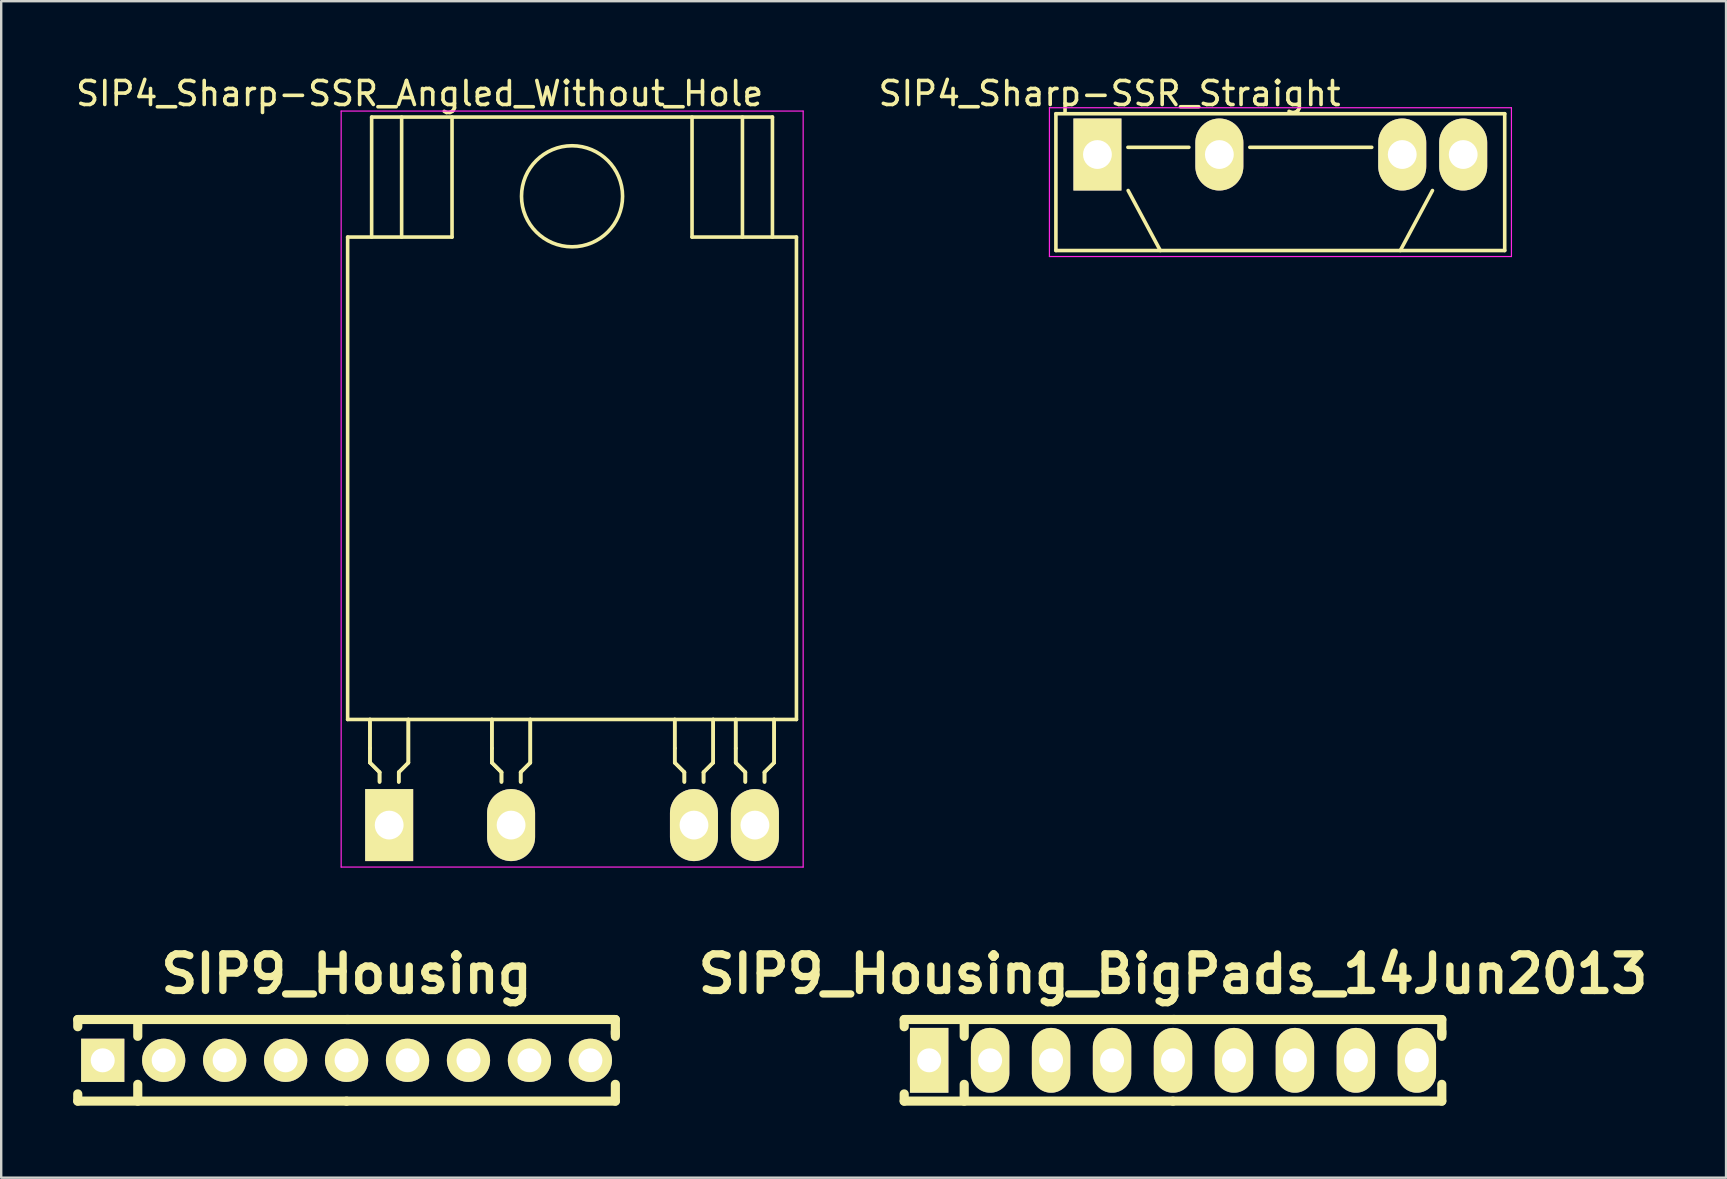
<source format=kicad_pcb>
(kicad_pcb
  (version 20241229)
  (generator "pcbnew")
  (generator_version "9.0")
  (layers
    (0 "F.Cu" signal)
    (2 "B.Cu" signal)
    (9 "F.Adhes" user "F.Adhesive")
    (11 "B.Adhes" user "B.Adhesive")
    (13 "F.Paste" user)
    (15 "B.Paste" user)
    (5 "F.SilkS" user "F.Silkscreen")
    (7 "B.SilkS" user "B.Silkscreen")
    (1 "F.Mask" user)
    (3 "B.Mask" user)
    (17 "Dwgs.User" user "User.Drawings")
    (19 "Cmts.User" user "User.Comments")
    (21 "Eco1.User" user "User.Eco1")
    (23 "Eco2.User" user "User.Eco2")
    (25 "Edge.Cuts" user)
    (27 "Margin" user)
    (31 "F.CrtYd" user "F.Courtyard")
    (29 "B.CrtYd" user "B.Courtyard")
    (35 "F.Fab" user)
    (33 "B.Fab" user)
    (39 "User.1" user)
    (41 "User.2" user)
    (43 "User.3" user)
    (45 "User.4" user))
  (footprint "SIP4_Sharp-SSR_Angled_Without_Hole"
    (layer "F.Cu")
    (at 13.165 31.328)
    (property "Reference" "SIP4_Sharp-SSR_Angled_Without_Hole" (at 1.27 -30.48 0) (layer "F.SilkS") (effects (font (size 1 1) (thickness 0.15))))
    (attr through_hole)
    (fp_line (start -1.73 -24.5) (end 2.62 -24.5) (stroke (width 0.15) (type solid)) (layer "F.SilkS"))
    (fp_line (start -1.73 -4.4) (end -1.73 -24.5) (stroke (width 0.15) (type solid)) (layer "F.SilkS"))
    (fp_line (start -0.8 -3.2) (end -0.8 -4.4) (stroke (width 0.15) (type solid)) (layer "F.SilkS"))
    (fp_line (start -0.8 -3.2) (end -0.8 -4.4) (stroke (width 0.15) (type solid)) (layer "F.SilkS"))
    (fp_line (start -0.8 -2.6) (end -0.8 -3.2) (stroke (width 0.15) (type solid)) (layer "F.SilkS"))
    (fp_line (start -0.8 -2.6) (end -0.8 -3.2) (stroke (width 0.15) (type solid)) (layer "F.SilkS"))
    (fp_line (start -0.73 -29.5) (end 15.97 -29.5) (stroke (width 0.15) (type solid)) (layer "F.SilkS"))
    (fp_line (start -0.73 -24.5) (end -0.73 -29.5) (stroke (width 0.15) (type solid)) (layer "F.SilkS"))
    (fp_line (start -0.4 -2.2) (end -0.8 -2.6) (stroke (width 0.15) (type solid)) (layer "F.SilkS"))
    (fp_line (start -0.4 -2.2) (end -0.8 -2.6) (stroke (width 0.15) (type solid)) (layer "F.SilkS"))
    (fp_line (start -0.4 -2.2) (end -0.4 -1.8) (stroke (width 0.15) (type solid)) (layer "F.SilkS"))
    (fp_line (start -0.4 -2.2) (end -0.4 -1.8) (stroke (width 0.15) (type solid)) (layer "F.SilkS"))
    (fp_line (start 0.4 -2.2) (end 0.8 -2.6) (stroke (width 0.15) (type solid)) (layer "F.SilkS"))
    (fp_line (start 0.4 -2.2) (end 0.8 -2.6) (stroke (width 0.15) (type solid)) (layer "F.SilkS"))
    (fp_line (start 0.4 -1.8) (end 0.4 -2.2) (stroke (width 0.15) (type solid)) (layer "F.SilkS"))
    (fp_line (start 0.4 -1.8) (end 0.4 -2.2) (stroke (width 0.15) (type solid)) (layer "F.SilkS"))
    (fp_line (start 0.52 -24.5) (end 0.52 -29.5) (stroke (width 0.15) (type solid)) (layer "F.SilkS"))
    (fp_line (start 0.8 -2.6) (end 0.8 -4.4) (stroke (width 0.15) (type solid)) (layer "F.SilkS"))
    (fp_line (start 0.8 -2.6) (end 0.8 -4.4) (stroke (width 0.15) (type solid)) (layer "F.SilkS"))
    (fp_line (start 2.62 -29.5) (end 2.62 -24.5) (stroke (width 0.15) (type solid)) (layer "F.SilkS"))
    (fp_line (start 4.28 -3.2) (end 4.28 -4.4) (stroke (width 0.15) (type solid)) (layer "F.SilkS"))
    (fp_line (start 4.28 -3.2) (end 4.28 -4.4) (stroke (width 0.15) (type solid)) (layer "F.SilkS"))
    (fp_line (start 4.28 -2.6) (end 4.28 -3.2) (stroke (width 0.15) (type solid)) (layer "F.SilkS"))
    (fp_line (start 4.28 -2.6) (end 4.28 -3.2) (stroke (width 0.15) (type solid)) (layer "F.SilkS"))
    (fp_line (start 4.68 -2.2) (end 4.28 -2.6) (stroke (width 0.15) (type solid)) (layer "F.SilkS"))
    (fp_line (start 4.68 -2.2) (end 4.28 -2.6) (stroke (width 0.15) (type solid)) (layer "F.SilkS"))
    (fp_line (start 4.68 -2.2) (end 4.68 -1.8) (stroke (width 0.15) (type solid)) (layer "F.SilkS"))
    (fp_line (start 4.68 -2.2) (end 4.68 -1.8) (stroke (width 0.15) (type solid)) (layer "F.SilkS"))
    (fp_line (start 5.48 -2.2) (end 5.88 -2.6) (stroke (width 0.15) (type solid)) (layer "F.SilkS"))
    (fp_line (start 5.48 -2.2) (end 5.88 -2.6) (stroke (width 0.15) (type solid)) (layer "F.SilkS"))
    (fp_line (start 5.48 -1.8) (end 5.48 -2.2) (stroke (width 0.15) (type solid)) (layer "F.SilkS"))
    (fp_line (start 5.48 -1.8) (end 5.48 -2.2) (stroke (width 0.15) (type solid)) (layer "F.SilkS"))
    (fp_line (start 5.88 -2.6) (end 5.88 -4.4) (stroke (width 0.15) (type solid)) (layer "F.SilkS"))
    (fp_line (start 5.88 -2.6) (end 5.88 -4.4) (stroke (width 0.15) (type solid)) (layer "F.SilkS"))
    (fp_line (start 11.9 -3.2) (end 11.9 -4.4) (stroke (width 0.15) (type solid)) (layer "F.SilkS"))
    (fp_line (start 11.9 -3.2) (end 11.9 -4.4) (stroke (width 0.15) (type solid)) (layer "F.SilkS"))
    (fp_line (start 11.9 -2.6) (end 11.9 -3.2) (stroke (width 0.15) (type solid)) (layer "F.SilkS"))
    (fp_line (start 11.9 -2.6) (end 11.9 -3.2) (stroke (width 0.15) (type solid)) (layer "F.SilkS"))
    (fp_line (start 12.3 -2.2) (end 11.9 -2.6) (stroke (width 0.15) (type solid)) (layer "F.SilkS"))
    (fp_line (start 12.3 -2.2) (end 11.9 -2.6) (stroke (width 0.15) (type solid)) (layer "F.SilkS"))
    (fp_line (start 12.3 -2.2) (end 12.3 -1.8) (stroke (width 0.15) (type solid)) (layer "F.SilkS"))
    (fp_line (start 12.3 -2.2) (end 12.3 -1.8) (stroke (width 0.15) (type solid)) (layer "F.SilkS"))
    (fp_line (start 12.62 -29.5) (end 12.62 -24.5) (stroke (width 0.15) (type solid)) (layer "F.SilkS"))
    (fp_line (start 12.62 -24.5) (end 16.97 -24.5) (stroke (width 0.15) (type solid)) (layer "F.SilkS"))
    (fp_line (start 13.1 -2.2) (end 13.5 -2.6) (stroke (width 0.15) (type solid)) (layer "F.SilkS"))
    (fp_line (start 13.1 -2.2) (end 13.5 -2.6) (stroke (width 0.15) (type solid)) (layer "F.SilkS"))
    (fp_line (start 13.1 -1.8) (end 13.1 -2.2) (stroke (width 0.15) (type solid)) (layer "F.SilkS"))
    (fp_line (start 13.1 -1.8) (end 13.1 -2.2) (stroke (width 0.15) (type solid)) (layer "F.SilkS"))
    (fp_line (start 13.5 -2.6) (end 13.5 -4.4) (stroke (width 0.15) (type solid)) (layer "F.SilkS"))
    (fp_line (start 13.5 -2.6) (end 13.5 -4.4) (stroke (width 0.15) (type solid)) (layer "F.SilkS"))
    (fp_line (start 14.44 -3.2) (end 14.44 -4.4) (stroke (width 0.15) (type solid)) (layer "F.SilkS"))
    (fp_line (start 14.44 -3.2) (end 14.44 -4.4) (stroke (width 0.15) (type solid)) (layer "F.SilkS"))
    (fp_line (start 14.44 -2.6) (end 14.44 -3.2) (stroke (width 0.15) (type solid)) (layer "F.SilkS"))
    (fp_line (start 14.44 -2.6) (end 14.44 -3.2) (stroke (width 0.15) (type solid)) (layer "F.SilkS"))
    (fp_line (start 14.72 -24.5) (end 14.72 -29.5) (stroke (width 0.15) (type solid)) (layer "F.SilkS"))
    (fp_line (start 14.84 -2.2) (end 14.44 -2.6) (stroke (width 0.15) (type solid)) (layer "F.SilkS"))
    (fp_line (start 14.84 -2.2) (end 14.44 -2.6) (stroke (width 0.15) (type solid)) (layer "F.SilkS"))
    (fp_line (start 14.84 -2.2) (end 14.84 -1.8) (stroke (width 0.15) (type solid)) (layer "F.SilkS"))
    (fp_line (start 14.84 -2.2) (end 14.84 -1.8) (stroke (width 0.15) (type solid)) (layer "F.SilkS"))
    (fp_line (start 15.64 -2.2) (end 16.04 -2.6) (stroke (width 0.15) (type solid)) (layer "F.SilkS"))
    (fp_line (start 15.64 -2.2) (end 16.04 -2.6) (stroke (width 0.15) (type solid)) (layer "F.SilkS"))
    (fp_line (start 15.64 -1.8) (end 15.64 -2.2) (stroke (width 0.15) (type solid)) (layer "F.SilkS"))
    (fp_line (start 15.64 -1.8) (end 15.64 -2.2) (stroke (width 0.15) (type solid)) (layer "F.SilkS"))
    (fp_line (start 15.97 -24.5) (end 15.97 -29.5) (stroke (width 0.15) (type solid)) (layer "F.SilkS"))
    (fp_line (start 16.04 -2.6) (end 16.04 -4.4) (stroke (width 0.15) (type solid)) (layer "F.SilkS"))
    (fp_line (start 16.04 -2.6) (end 16.04 -4.4) (stroke (width 0.15) (type solid)) (layer "F.SilkS"))
    (fp_line (start 16.97 -24.5) (end 16.97 -4.4) (stroke (width 0.15) (type solid)) (layer "F.SilkS"))
    (fp_line (start 16.97 -4.4) (end -1.73 -4.4) (stroke (width 0.15) (type solid)) (layer "F.SilkS"))
    (fp_circle (center 7.62 -26.2) (end 9.35 -27.4) (stroke (width 0.15) (type solid)) (fill no) (layer "F.SilkS"))
    (fp_line (start -2 -29.75) (end 17.25 -29.75) (stroke (width 0.05) (type solid)) (layer "F.CrtYd"))
    (fp_line (start -2 1.75) (end -2 -29.75) (stroke (width 0.05) (type solid)) (layer "F.CrtYd"))
    (fp_line (start 17.25 -29.75) (end 17.25 1.75) (stroke (width 0.05) (type solid)) (layer "F.CrtYd"))
    (fp_line (start 17.25 1.75) (end -2 1.75) (stroke (width 0.05) (type solid)) (layer "F.CrtYd"))
    (pad "1" thru_hole rect (at 0 0) (size 2 3) (drill 1.2) (layers "*.Cu" "*.Mask" "F.SilkS"))
    (pad "2" thru_hole oval (at 5.08 0) (size 2 3) (drill 1.2) (layers "*.Cu" "*.Mask" "F.SilkS"))
    (pad "3" thru_hole oval (at 12.7 0) (size 2 3) (drill 1.2) (layers "*.Cu" "*.Mask" "F.SilkS"))
    (pad "4" thru_hole oval (at 15.24 0) (size 2 3) (drill 1.2) (layers "*.Cu" "*.Mask" "F.SilkS")))
  (footprint "SIP9_Housing_BigPads_14Jun2013"
    (layer "F.Cu")
    (at 45.825 41.13)
    (property "Reference" "SIP9_Housing_BigPads_14Jun2013" (at 0 -3.6 0) (layer "F.SilkS") (effects (font (size 1.524 1.524) (thickness 0.305))))
    (attr through_hole)
    (fp_line (start -11.2 -1.7) (end -11.2 -1.4) (stroke (width 0.381) (type solid)) (layer "F.SilkS"))
    (fp_line (start -11.2 1.7) (end -11.2 1.4) (stroke (width 0.381) (type solid)) (layer "F.SilkS"))
    (fp_line (start -8.7 -1.7) (end -8.7 -1) (stroke (width 0.381) (type solid)) (layer "F.SilkS"))
    (fp_line (start -8.7 1.7) (end -8.7 1) (stroke (width 0.381) (type solid)) (layer "F.SilkS"))
    (fp_line (start 0 -1.7) (end 11.2 -1.7) (stroke (width 0.381) (type solid)) (layer "F.SilkS"))
    (fp_line (start 0 1.7) (end -11.2 1.7) (stroke (width 0.381) (type solid)) (layer "F.SilkS"))
    (fp_line (start 0 1.7) (end 11.2 1.7) (stroke (width 0.381) (type solid)) (layer "F.SilkS"))
    (fp_line (start 0.1 -1.7) (end -11.2 -1.7) (stroke (width 0.381) (type solid)) (layer "F.SilkS"))
    (fp_line (start 11.2 -1.7) (end 11.2 -1.1) (stroke (width 0.381) (type solid)) (layer "F.SilkS"))
    (fp_line (start 11.2 -1.2) (end 11.2 -1) (stroke (width 0.381) (type solid)) (layer "F.SilkS"))
    (fp_line (start 11.2 1.7) (end 11.2 1) (stroke (width 0.381) (type solid)) (layer "F.SilkS"))
    (pad "1" thru_hole rect (at -10.16 0 90) (size 2.7 1.6) (drill 1) (layers "*.Cu" "*.Mask" "F.SilkS"))
    (pad "2" thru_hole oval (at -7.62 0 90) (size 2.7 1.6) (drill 1) (layers "*.Cu" "*.Mask" "F.SilkS"))
    (pad "3" thru_hole oval (at -5.08 0 90) (size 2.7 1.6) (drill 1) (layers "*.Cu" "*.Mask" "F.SilkS"))
    (pad "4" thru_hole oval (at -2.54 0 90) (size 2.7 1.6) (drill 1) (layers "*.Cu" "*.Mask" "F.SilkS"))
    (pad "5" thru_hole oval (at 0 0 90) (size 2.7 1.6) (drill 1) (layers "*.Cu" "*.Mask" "F.SilkS"))
    (pad "6" thru_hole oval (at 2.54 0 90) (size 2.7 1.6) (drill 1) (layers "*.Cu" "*.Mask" "F.SilkS"))
    (pad "7" thru_hole oval (at 5.08 0 90) (size 2.7 1.6) (drill 1) (layers "*.Cu" "*.Mask" "F.SilkS"))
    (pad "8" thru_hole oval (at 7.62 0 90) (size 2.7 1.6) (drill 1) (layers "*.Cu" "*.Mask" "F.SilkS"))
    (pad "9" thru_hole oval (at 10.16 0 90) (size 2.7 1.6) (drill 1) (layers "*.Cu" "*.Mask" "F.SilkS")))
  (footprint "SIP9_Housing"
    (layer "F.Cu")
    (at 11.39 41.13)
    (property "Reference" "SIP9_Housing" (at 0 -3.6 0) (layer "F.SilkS") (effects (font (size 1.524 1.524) (thickness 0.305))))
    (attr through_hole)
    (fp_line (start -11.2 -1.7) (end -11.2 -1.4) (stroke (width 0.381) (type solid)) (layer "F.SilkS"))
    (fp_line (start -11.2 1.7) (end -11.2 1.4) (stroke (width 0.381) (type solid)) (layer "F.SilkS"))
    (fp_line (start -8.7 -1.7) (end -8.7 -1) (stroke (width 0.381) (type solid)) (layer "F.SilkS"))
    (fp_line (start -8.7 1.7) (end -8.7 1) (stroke (width 0.381) (type solid)) (layer "F.SilkS"))
    (fp_line (start 0 -1.7) (end 11.2 -1.7) (stroke (width 0.381) (type solid)) (layer "F.SilkS"))
    (fp_line (start 0 1.7) (end -11.2 1.7) (stroke (width 0.381) (type solid)) (layer "F.SilkS"))
    (fp_line (start 0 1.7) (end 11.2 1.7) (stroke (width 0.381) (type solid)) (layer "F.SilkS"))
    (fp_line (start 0.1 -1.7) (end -11.2 -1.7) (stroke (width 0.381) (type solid)) (layer "F.SilkS"))
    (fp_line (start 11.2 -1.7) (end 11.2 -1.1) (stroke (width 0.381) (type solid)) (layer "F.SilkS"))
    (fp_line (start 11.2 -1.2) (end 11.2 -1) (stroke (width 0.381) (type solid)) (layer "F.SilkS"))
    (fp_line (start 11.2 1.7) (end 11.2 1) (stroke (width 0.381) (type solid)) (layer "F.SilkS"))
    (pad "1" thru_hole rect (at -10.16 0 90) (size 1.8 1.8) (drill 1) (layers "*.Cu" "*.Mask" "F.SilkS"))
    (pad "2" thru_hole circle (at -7.62 0 90) (size 1.8 1.8) (drill 1) (layers "*.Cu" "*.Mask" "F.SilkS"))
    (pad "3" thru_hole circle (at -5.08 0 90) (size 1.8 1.8) (drill 1) (layers "*.Cu" "*.Mask" "F.SilkS"))
    (pad "4" thru_hole circle (at -2.54 0 90) (size 1.8 1.8) (drill 1) (layers "*.Cu" "*.Mask" "F.SilkS"))
    (pad "5" thru_hole circle (at 0 0 90) (size 1.8 1.8) (drill 1) (layers "*.Cu" "*.Mask" "F.SilkS"))
    (pad "6" thru_hole circle (at 2.54 0 90) (size 1.8 1.8) (drill 1) (layers "*.Cu" "*.Mask" "F.SilkS"))
    (pad "7" thru_hole circle (at 5.08 0 90) (size 1.8 1.8) (drill 1) (layers "*.Cu" "*.Mask" "F.SilkS"))
    (pad "8" thru_hole circle (at 7.62 0 90) (size 1.8 1.8) (drill 1) (layers "*.Cu" "*.Mask" "F.SilkS"))
    (pad "9" thru_hole circle (at 10.16 0 90) (size 1.8 1.8) (drill 1) (layers "*.Cu" "*.Mask" "F.SilkS")))
  (footprint "SIP4_Sharp-SSR_Straight"
    (layer "F.Cu")
    (at 42.676 3.388)
    (property "Reference" "SIP4_Sharp-SSR_Straight" (at 0.508 -2.54 0) (layer "F.SilkS") (effects (font (size 1 1) (thickness 0.15))))
    (attr through_hole)
    (fp_line (start -1.73 -1.7) (end 16.97 -1.7) (stroke (width 0.15) (type solid)) (layer "F.SilkS"))
    (fp_line (start -1.73 4) (end -1.73 -1.7) (stroke (width 0.15) (type solid)) (layer "F.SilkS"))
    (fp_line (start 1.27 -0.3) (end 3.81 -0.3) (stroke (width 0.15) (type solid)) (layer "F.SilkS"))
    (fp_line (start 2.62 4) (end 1.28 1.5) (stroke (width 0.15) (type solid)) (layer "F.SilkS"))
    (fp_line (start 6.35 -0.3) (end 11.43 -0.3) (stroke (width 0.15) (type solid)) (layer "F.SilkS"))
    (fp_line (start 12.62 4) (end 13.96 1.5) (stroke (width 0.15) (type solid)) (layer "F.SilkS"))
    (fp_line (start 16.97 -1.7) (end 16.97 4) (stroke (width 0.15) (type solid)) (layer "F.SilkS"))
    (fp_line (start 16.97 4) (end -1.73 4) (stroke (width 0.15) (type solid)) (layer "F.SilkS"))
    (fp_line (start -2 -1.95) (end 17.25 -1.95) (stroke (width 0.05) (type solid)) (layer "F.CrtYd"))
    (fp_line (start -2 4.25) (end -2 -1.95) (stroke (width 0.05) (type solid)) (layer "F.CrtYd"))
    (fp_line (start 17.25 -1.95) (end 17.25 4.25) (stroke (width 0.05) (type solid)) (layer "F.CrtYd"))
    (fp_line (start 17.25 4.25) (end -2 4.25) (stroke (width 0.05) (type solid)) (layer "F.CrtYd"))
    (pad "1" thru_hole rect (at 0 0) (size 2 3) (drill 1.2) (layers "*.Cu" "*.Mask" "F.SilkS"))
    (pad "2" thru_hole oval (at 5.08 0) (size 2 3) (drill 1.2) (layers "*.Cu" "*.Mask" "F.SilkS"))
    (pad "3" thru_hole oval (at 12.7 0) (size 2 3) (drill 1.2) (layers "*.Cu" "*.Mask" "F.SilkS"))
    (pad "4" thru_hole oval (at 15.24 0) (size 2 3) (drill 1.2) (layers "*.Cu" "*.Mask" "F.SilkS")))
  (gr_rect
    (start -3 -3)
    (end 68.869 46.02)
    (stroke (width 0.1) (type default))
    (fill no)
    (layer "Edge.Cuts")))
</source>
